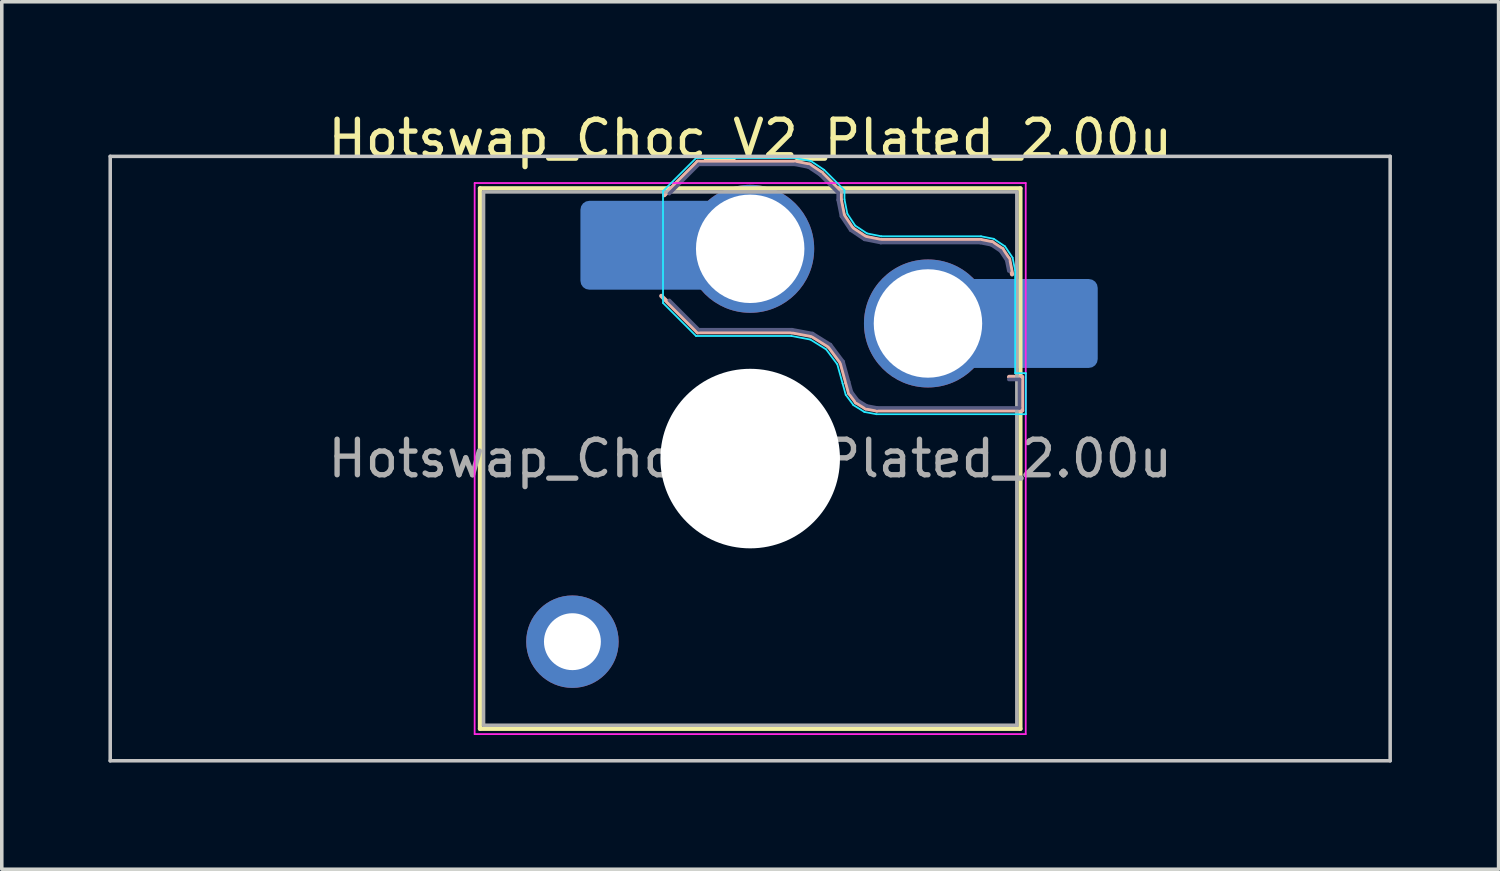
<source format=kicad_pcb>
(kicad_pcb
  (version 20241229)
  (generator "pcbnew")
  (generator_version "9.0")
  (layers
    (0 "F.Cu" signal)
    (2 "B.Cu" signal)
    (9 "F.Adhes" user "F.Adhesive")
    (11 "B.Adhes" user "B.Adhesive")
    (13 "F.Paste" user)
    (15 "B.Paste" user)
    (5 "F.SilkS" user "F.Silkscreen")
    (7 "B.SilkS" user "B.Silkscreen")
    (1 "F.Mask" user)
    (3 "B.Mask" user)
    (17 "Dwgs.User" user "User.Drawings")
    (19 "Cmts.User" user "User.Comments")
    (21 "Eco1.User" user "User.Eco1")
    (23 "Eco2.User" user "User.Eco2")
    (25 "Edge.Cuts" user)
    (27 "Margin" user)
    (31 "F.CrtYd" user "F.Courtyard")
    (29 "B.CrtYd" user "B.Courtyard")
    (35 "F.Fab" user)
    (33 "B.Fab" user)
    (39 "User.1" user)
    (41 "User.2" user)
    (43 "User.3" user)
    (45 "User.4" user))
  (footprint "Hotswap_Choc_V2_Plated_2.00u"
    (layer "F.Cu")
    (at 18.05 9.848)
    (property "Reference" "Hotswap_Choc_V2_Plated_2.00u" (at 0 -9 0) (layer "F.SilkS") (effects (font (size 1 1) (thickness 0.15))))
    (attr smd)
    (fp_line (start -7.6 -7.6) (end -7.6 7.6) (stroke (width 0.12) (type solid)) (layer "F.SilkS"))
    (fp_line (start -7.6 7.6) (end 7.6 7.6) (stroke (width 0.12) (type solid)) (layer "F.SilkS"))
    (fp_line (start 7.6 -7.6) (end -7.6 -7.6) (stroke (width 0.12) (type solid)) (layer "F.SilkS"))
    (fp_line (start 7.6 7.6) (end 7.6 -7.6) (stroke (width 0.12) (type solid)) (layer "F.SilkS"))
    (fp_line (start -2.416 -7.409) (end -1.479 -8.346) (stroke (width 0.12) (type solid)) (layer "B.SilkS"))
    (fp_line (start -1.479 -8.346) (end 1.268 -8.346) (stroke (width 0.12) (type solid)) (layer "B.SilkS"))
    (fp_line (start -1.479 -3.554) (end -2.5 -4.575) (stroke (width 0.12) (type solid)) (layer "B.SilkS"))
    (fp_line (start 1.168 -3.554) (end -1.479 -3.554) (stroke (width 0.12) (type solid)) (layer "B.SilkS"))
    (fp_line (start 1.268 -8.346) (end 1.671 -8.266) (stroke (width 0.12) (type solid)) (layer "B.SilkS"))
    (fp_line (start 1.671 -8.266) (end 2.013 -8.037) (stroke (width 0.12) (type solid)) (layer "B.SilkS"))
    (fp_line (start 1.73 -3.449) (end 1.168 -3.554) (stroke (width 0.12) (type solid)) (layer "B.SilkS"))
    (fp_line (start 2.013 -8.037) (end 2.546 -7.504) (stroke (width 0.12) (type solid)) (layer "B.SilkS"))
    (fp_line (start 2.209 -3.15) (end 1.73 -3.449) (stroke (width 0.12) (type solid)) (layer "B.SilkS"))
    (fp_line (start 2.546 -7.504) (end 2.546 -7.282) (stroke (width 0.12) (type solid)) (layer "B.SilkS"))
    (fp_line (start 2.546 -7.282) (end 2.633 -6.844) (stroke (width 0.12) (type solid)) (layer "B.SilkS"))
    (fp_line (start 2.547 -2.697) (end 2.209 -3.15) (stroke (width 0.12) (type solid)) (layer "B.SilkS"))
    (fp_line (start 2.633 -6.844) (end 2.877 -6.477) (stroke (width 0.12) (type solid)) (layer "B.SilkS"))
    (fp_line (start 2.701 -2.139) (end 2.547 -2.697) (stroke (width 0.12) (type solid)) (layer "B.SilkS"))
    (fp_line (start 2.783 -1.841) (end 2.701 -2.139) (stroke (width 0.12) (type solid)) (layer "B.SilkS"))
    (fp_line (start 2.877 -6.477) (end 3.244 -6.233) (stroke (width 0.12) (type solid)) (layer "B.SilkS"))
    (fp_line (start 2.976 -1.583) (end 2.783 -1.841) (stroke (width 0.12) (type solid)) (layer "B.SilkS"))
    (fp_line (start 3.244 -6.233) (end 3.682 -6.146) (stroke (width 0.12) (type solid)) (layer "B.SilkS"))
    (fp_line (start 3.25 -1.413) (end 2.976 -1.583) (stroke (width 0.12) (type solid)) (layer "B.SilkS"))
    (fp_line (start 3.56 -1.354) (end 3.25 -1.413) (stroke (width 0.12) (type solid)) (layer "B.SilkS"))
    (fp_line (start 3.682 -6.146) (end 6.482 -6.146) (stroke (width 0.12) (type solid)) (layer "B.SilkS"))
    (fp_line (start 6.482 -6.146) (end 6.809 -6.081) (stroke (width 0.12) (type solid)) (layer "B.SilkS"))
    (fp_line (start 6.809 -6.081) (end 7.092 -5.892) (stroke (width 0.12) (type solid)) (layer "B.SilkS"))
    (fp_line (start 7.092 -5.892) (end 7.281 -5.609) (stroke (width 0.12) (type solid)) (layer "B.SilkS"))
    (fp_line (start 7.281 -5.609) (end 7.366 -5.182) (stroke (width 0.12) (type solid)) (layer "B.SilkS"))
    (fp_line (start 7.283 -2.296) (end 7.646 -2.296) (stroke (width 0.12) (type solid)) (layer "B.SilkS"))
    (fp_line (start 7.646 -2.296) (end 7.646 -1.354) (stroke (width 0.12) (type solid)) (layer "B.SilkS"))
    (fp_line (start 7.646 -1.354) (end 3.56 -1.354) (stroke (width 0.12) (type solid)) (layer "B.SilkS"))
    (fp_line (start -18 -8.5) (end -18 8.5) (stroke (width 0.1) (type solid)) (layer "Dwgs.User"))
    (fp_line (start -18 8.5) (end 18 8.5) (stroke (width 0.1) (type solid)) (layer "Dwgs.User"))
    (fp_line (start 18 -8.5) (end -18 -8.5) (stroke (width 0.1) (type solid)) (layer "Dwgs.User"))
    (fp_line (start 18 8.5) (end 18 -8.5) (stroke (width 0.1) (type solid)) (layer "Dwgs.User"))
    (fp_line (start -7.25 -7.25) (end -7.25 7.25) (stroke (width 0.1) (type solid)) (layer "Eco1.User"))
    (fp_line (start -7.25 7.25) (end 7.25 7.25) (stroke (width 0.1) (type solid)) (layer "Eco1.User"))
    (fp_line (start 7.25 -7.25) (end -7.25 -7.25) (stroke (width 0.1) (type solid)) (layer "Eco1.User"))
    (fp_line (start 7.25 7.25) (end 7.25 -7.25) (stroke (width 0.1) (type solid)) (layer "Eco1.User"))
    (fp_line (start -2.452 -7.523) (end -1.523 -8.452) (stroke (width 0.05) (type solid)) (layer "B.CrtYd"))
    (fp_line (start -2.452 -4.377) (end -2.452 -7.523) (stroke (width 0.05) (type solid)) (layer "B.CrtYd"))
    (fp_line (start -1.523 -8.452) (end 1.278 -8.452) (stroke (width 0.05) (type solid)) (layer "B.CrtYd"))
    (fp_line (start -1.523 -3.448) (end -2.452 -4.377) (stroke (width 0.05) (type solid)) (layer "B.CrtYd"))
    (fp_line (start 1.159 -3.448) (end -1.523 -3.448) (stroke (width 0.05) (type solid)) (layer "B.CrtYd"))
    (fp_line (start 1.278 -8.452) (end 1.712 -8.366) (stroke (width 0.05) (type solid)) (layer "B.CrtYd"))
    (fp_line (start 1.691 -3.348) (end 1.159 -3.448) (stroke (width 0.05) (type solid)) (layer "B.CrtYd"))
    (fp_line (start 1.712 -8.366) (end 2.081 -8.119) (stroke (width 0.05) (type solid)) (layer "B.CrtYd"))
    (fp_line (start 2.081 -8.119) (end 2.652 -7.548) (stroke (width 0.05) (type solid)) (layer "B.CrtYd"))
    (fp_line (start 2.136 -3.071) (end 1.691 -3.348) (stroke (width 0.05) (type solid)) (layer "B.CrtYd"))
    (fp_line (start 2.45 -2.65) (end 2.136 -3.071) (stroke (width 0.05) (type solid)) (layer "B.CrtYd"))
    (fp_line (start 2.599 -2.111) (end 2.45 -2.65) (stroke (width 0.05) (type solid)) (layer "B.CrtYd"))
    (fp_line (start 2.652 -7.548) (end 2.652 -7.292) (stroke (width 0.05) (type solid)) (layer "B.CrtYd"))
    (fp_line (start 2.652 -7.292) (end 2.733 -6.885) (stroke (width 0.05) (type solid)) (layer "B.CrtYd"))
    (fp_line (start 2.687 -1.794) (end 2.599 -2.111) (stroke (width 0.05) (type solid)) (layer "B.CrtYd"))
    (fp_line (start 2.733 -6.885) (end 2.953 -6.553) (stroke (width 0.05) (type solid)) (layer "B.CrtYd"))
    (fp_line (start 2.903 -1.503) (end 2.687 -1.794) (stroke (width 0.05) (type solid)) (layer "B.CrtYd"))
    (fp_line (start 2.953 -6.553) (end 3.285 -6.333) (stroke (width 0.05) (type solid)) (layer "B.CrtYd"))
    (fp_line (start 3.211 -1.312) (end 2.903 -1.503) (stroke (width 0.05) (type solid)) (layer "B.CrtYd"))
    (fp_line (start 3.285 -6.333) (end 3.692 -6.252) (stroke (width 0.05) (type solid)) (layer "B.CrtYd"))
    (fp_line (start 3.55 -1.248) (end 3.211 -1.312) (stroke (width 0.05) (type solid)) (layer "B.CrtYd"))
    (fp_line (start 3.692 -6.252) (end 6.492 -6.252) (stroke (width 0.05) (type solid)) (layer "B.CrtYd"))
    (fp_line (start 6.492 -6.252) (end 6.85 -6.181) (stroke (width 0.05) (type solid)) (layer "B.CrtYd"))
    (fp_line (start 6.85 -6.181) (end 7.168 -5.968) (stroke (width 0.05) (type solid)) (layer "B.CrtYd"))
    (fp_line (start 7.168 -5.968) (end 7.381 -5.65) (stroke (width 0.05) (type solid)) (layer "B.CrtYd"))
    (fp_line (start 7.381 -5.65) (end 7.452 -5.292) (stroke (width 0.05) (type solid)) (layer "B.CrtYd"))
    (fp_line (start 7.452 -5.292) (end 7.452 -2.402) (stroke (width 0.05) (type solid)) (layer "B.CrtYd"))
    (fp_line (start 7.452 -2.402) (end 7.752 -2.402) (stroke (width 0.05) (type solid)) (layer "B.CrtYd"))
    (fp_line (start 7.752 -2.402) (end 7.752 -1.248) (stroke (width 0.05) (type solid)) (layer "B.CrtYd"))
    (fp_line (start 7.752 -1.248) (end 3.55 -1.248) (stroke (width 0.05) (type solid)) (layer "B.CrtYd"))
    (fp_line (start -7.75 -7.75) (end -7.75 7.75) (stroke (width 0.05) (type solid)) (layer "F.CrtYd"))
    (fp_line (start -7.75 7.75) (end 7.75 7.75) (stroke (width 0.05) (type solid)) (layer "F.CrtYd"))
    (fp_line (start 7.75 -7.75) (end -7.75 -7.75) (stroke (width 0.05) (type solid)) (layer "F.CrtYd"))
    (fp_line (start 7.75 7.75) (end 7.75 -7.75) (stroke (width 0.05) (type solid)) (layer "F.CrtYd"))
    (fp_line (start -2.275 -7.45) (end -1.45 -8.275) (stroke (width 0.1) (type solid)) (layer "B.Fab"))
    (fp_line (start -1.45 -8.275) (end 1.261 -8.275) (stroke (width 0.1) (type solid)) (layer "B.Fab"))
    (fp_line (start -1.45 -3.625) (end -2.275 -4.45) (stroke (width 0.1) (type solid)) (layer "B.Fab"))
    (fp_line (start 1.175 -3.625) (end -1.45 -3.625) (stroke (width 0.1) (type solid)) (layer "B.Fab"))
    (fp_line (start 1.261 -8.275) (end 1.643 -8.199) (stroke (width 0.1) (type solid)) (layer "B.Fab"))
    (fp_line (start 1.643 -8.199) (end 1.968 -7.982) (stroke (width 0.1) (type solid)) (layer "B.Fab"))
    (fp_line (start 1.756 -3.516) (end 1.175 -3.625) (stroke (width 0.1) (type solid)) (layer "B.Fab"))
    (fp_line (start 1.968 -7.982) (end 2.475 -7.475) (stroke (width 0.1) (type solid)) (layer "B.Fab"))
    (fp_line (start 2.258 -3.203) (end 1.756 -3.516) (stroke (width 0.1) (type solid)) (layer "B.Fab"))
    (fp_line (start 2.475 -7.475) (end 2.475 -7.275) (stroke (width 0.1) (type solid)) (layer "B.Fab"))
    (fp_line (start 2.475 -7.275) (end 2.566 -6.816) (stroke (width 0.1) (type solid)) (layer "B.Fab"))
    (fp_line (start 2.566 -6.816) (end 2.826 -6.426) (stroke (width 0.1) (type solid)) (layer "B.Fab"))
    (fp_line (start 2.612 -2.729) (end 2.258 -3.203) (stroke (width 0.1) (type solid)) (layer "B.Fab"))
    (fp_line (start 2.769 -2.158) (end 2.612 -2.729) (stroke (width 0.1) (type solid)) (layer "B.Fab"))
    (fp_line (start 2.826 -6.426) (end 3.216 -6.166) (stroke (width 0.1) (type solid)) (layer "B.Fab"))
    (fp_line (start 2.848 -1.873) (end 2.769 -2.158) (stroke (width 0.1) (type solid)) (layer "B.Fab"))
    (fp_line (start 3.025 -1.636) (end 2.848 -1.873) (stroke (width 0.1) (type solid)) (layer "B.Fab"))
    (fp_line (start 3.216 -6.166) (end 3.675 -6.075) (stroke (width 0.1) (type solid)) (layer "B.Fab"))
    (fp_line (start 3.276 -1.48) (end 3.025 -1.636) (stroke (width 0.1) (type solid)) (layer "B.Fab"))
    (fp_line (start 3.567 -1.425) (end 3.276 -1.48) (stroke (width 0.1) (type solid)) (layer "B.Fab"))
    (fp_line (start 3.675 -6.075) (end 6.475 -6.075) (stroke (width 0.1) (type solid)) (layer "B.Fab"))
    (fp_line (start 6.475 -6.075) (end 6.781 -6.014) (stroke (width 0.1) (type solid)) (layer "B.Fab"))
    (fp_line (start 6.781 -6.014) (end 7.041 -5.841) (stroke (width 0.1) (type solid)) (layer "B.Fab"))
    (fp_line (start 7.041 -5.841) (end 7.214 -5.581) (stroke (width 0.1) (type solid)) (layer "B.Fab"))
    (fp_line (start 7.214 -5.581) (end 7.275 -5.275) (stroke (width 0.1) (type solid)) (layer "B.Fab"))
    (fp_line (start 7.275 -2.225) (end 7.575 -2.225) (stroke (width 0.1) (type solid)) (layer "B.Fab"))
    (fp_line (start 7.575 -2.225) (end 7.575 -1.425) (stroke (width 0.1) (type solid)) (layer "B.Fab"))
    (fp_line (start 7.575 -1.425) (end 3.567 -1.425) (stroke (width 0.1) (type solid)) (layer "B.Fab"))
    (fp_line (start -7.5 -7.5) (end -7.5 7.5) (stroke (width 0.1) (type solid)) (layer "F.Fab"))
    (fp_line (start -7.5 7.5) (end 7.5 7.5) (stroke (width 0.1) (type solid)) (layer "F.Fab"))
    (fp_line (start 7.5 -7.5) (end -7.5 -7.5) (stroke (width 0.1) (type solid)) (layer "F.Fab"))
    (fp_line (start 7.5 7.5) (end 7.5 -7.5) (stroke (width 0.1) (type solid)) (layer "F.Fab"))
    (fp_text user "${REFERENCE}" (at 0 0 0) (layer "F.Fab") (effects (font (size 1 1) (thickness 0.15))))
    (pad "" thru_hole circle (at -5 5.15) (size 2.6 2.6) (drill 1.6) (layers "*.Cu" "*.Mask"))
    (pad "" smd roundrect (at -3.5 -6) (size 2.55 2.5) (layers "B.Mask" "B.Paste") (roundrect_rratio 0.1))
    (pad "" np_thru_hole circle (at 0 0) (size 5.05 5.05) (drill 5.05) (layers "*.Cu" "*.Mask"))
    (pad "" smd roundrect (at 8.5 -3.8) (size 2.55 2.5) (layers "B.Mask" "B.Paste") (roundrect_rratio 0.1))
    (pad "1" smd roundrect (at -2.85 -6) (size 3.85 2.5) (layers "B.Cu") (roundrect_rratio 0.1))
    (pad "1" thru_hole circle (at 0 -5.9) (size 3.6 3.6) (drill 3.05) (layers "*.Cu" "*.Mask"))
    (pad "2" thru_hole circle (at 5 -3.8) (size 3.6 3.6) (drill 3.05) (layers "*.Cu" "*.Mask"))
    (pad "2" smd roundrect (at 7.85 -3.8) (size 3.85 2.5) (layers "B.Cu") (roundrect_rratio 0.1)))
  (gr_rect
    (start -3 -3)
    (end 39.1 21.398)
    (stroke (width 0.1) (type default))
    (fill no)
    (layer "Edge.Cuts")))
</source>
